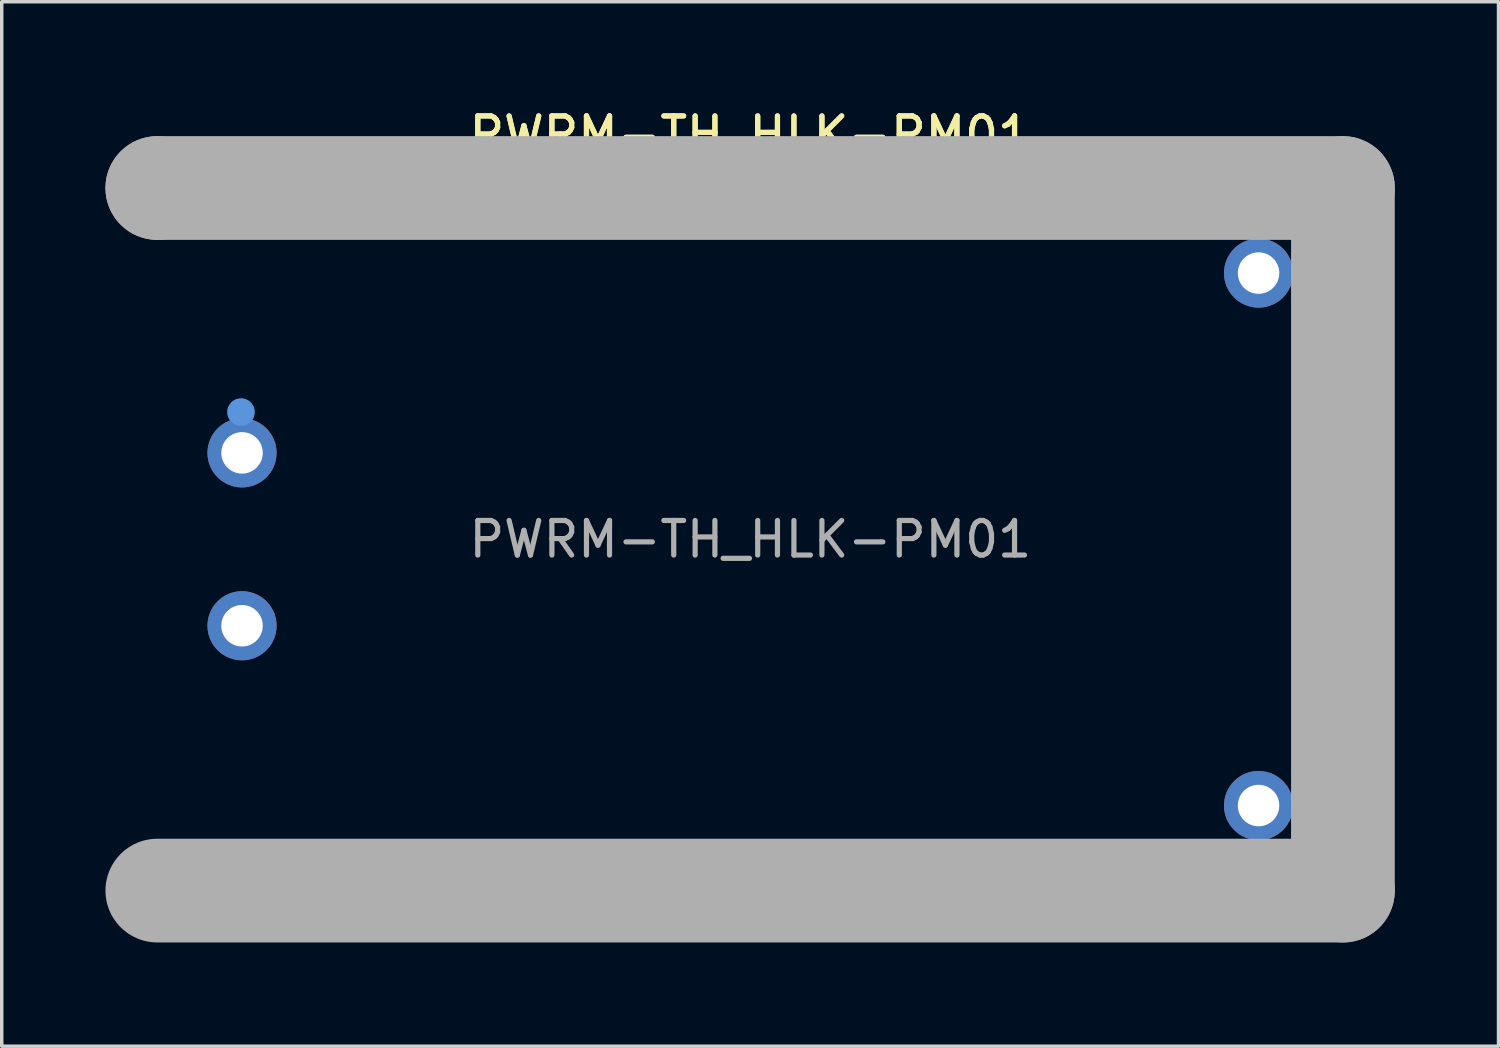
<source format=kicad_pcb>
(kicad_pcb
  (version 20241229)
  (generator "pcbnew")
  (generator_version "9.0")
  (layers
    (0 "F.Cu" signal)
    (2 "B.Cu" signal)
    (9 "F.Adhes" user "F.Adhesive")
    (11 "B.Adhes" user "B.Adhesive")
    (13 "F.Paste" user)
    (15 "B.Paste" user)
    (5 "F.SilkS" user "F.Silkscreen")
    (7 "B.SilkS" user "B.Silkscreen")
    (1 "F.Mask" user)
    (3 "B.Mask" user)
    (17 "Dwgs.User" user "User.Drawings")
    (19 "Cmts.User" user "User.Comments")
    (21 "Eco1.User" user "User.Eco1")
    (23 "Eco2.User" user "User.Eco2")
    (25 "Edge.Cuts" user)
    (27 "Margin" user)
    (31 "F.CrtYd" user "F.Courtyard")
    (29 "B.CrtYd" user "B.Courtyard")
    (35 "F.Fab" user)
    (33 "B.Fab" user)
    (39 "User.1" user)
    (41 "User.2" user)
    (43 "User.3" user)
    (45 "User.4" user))
  (footprint "PWRM-TH_HLK-PM01"
    (layer "F.Cu")
    (at 18.65 12.548)
    (property "Reference" "PWRM-TH_HLK-PM01" (at 0 -11.7 0) (layer "F.SilkS") (effects (font (size 1 1) (thickness 0.15))))
    (attr through_hole)
    (fp_circle (center -14.73 -3.68) (end -14.53 -3.68) (stroke (width 0.4) (type solid)) (fill no) (layer "Cmts.User"))
    (fp_line (start -17.15 -10.16) (end -17.15 -10.16) (stroke (width 3) (type solid)) (layer "F.Fab"))
    (fp_line (start -17.15 -10.16) (end 17.14 -10.16) (stroke (width 3) (type solid)) (layer "F.Fab"))
    (fp_line (start 17.14 -10.16) (end 17.14 10.16) (stroke (width 3) (type solid)) (layer "F.Fab"))
    (fp_line (start 17.14 10.16) (end -17.15 10.16) (stroke (width 3) (type solid)) (layer "F.Fab"))
    (fp_circle (center -17 -10) (end -16.97 -10) (stroke (width 0.06) (type solid)) (fill no) (layer "F.Fab"))
    (fp_circle (center -14.7 -2.5) (end -14.5 -2.5) (stroke (width 0.4) (type solid)) (fill no) (layer "F.Fab"))
    (fp_circle (center -14.7 2.5) (end -14.5 2.5) (stroke (width 0.4) (type solid)) (fill no) (layer "F.Fab"))
    (fp_circle (center 14.7 -7.7) (end 14.9 -7.7) (stroke (width 0.4) (type solid)) (fill no) (layer "F.Fab"))
    (fp_circle (center 14.7 7.7) (end 14.9 7.7) (stroke (width 0.4) (type solid)) (fill no) (layer "F.Fab"))
    (fp_text user "${REFERENCE}" (at 0 -11.7 0) (layer "F.SilkS") (effects (font (size 1 1) (thickness 0.15))))
    (fp_text user "${REFERENCE}" (at 0 0 0) (layer "F.Fab") (effects (font (size 1 1) (thickness 0.15))))
    (pad "1" thru_hole circle (at -14.7 -2.5) (size 2 2) (drill 1.2) (layers "*.Cu" "*.Mask"))
    (pad "2" thru_hole circle (at -14.7 2.5) (size 2 2) (drill 1.2) (layers "*.Cu" "*.Mask"))
    (pad "3" thru_hole circle (at 14.7 -7.7) (size 2 2) (drill 1.2) (layers "*.Cu" "*.Mask"))
    (pad "4" thru_hole circle (at 14.7 7.7) (size 2 2) (drill 1.2) (layers "*.Cu" "*.Mask")))
  (gr_rect
    (start -3 -3)
    (end 40.29 27.208)
    (stroke (width 0.1) (type default))
    (fill no)
    (layer "Edge.Cuts")))
</source>
